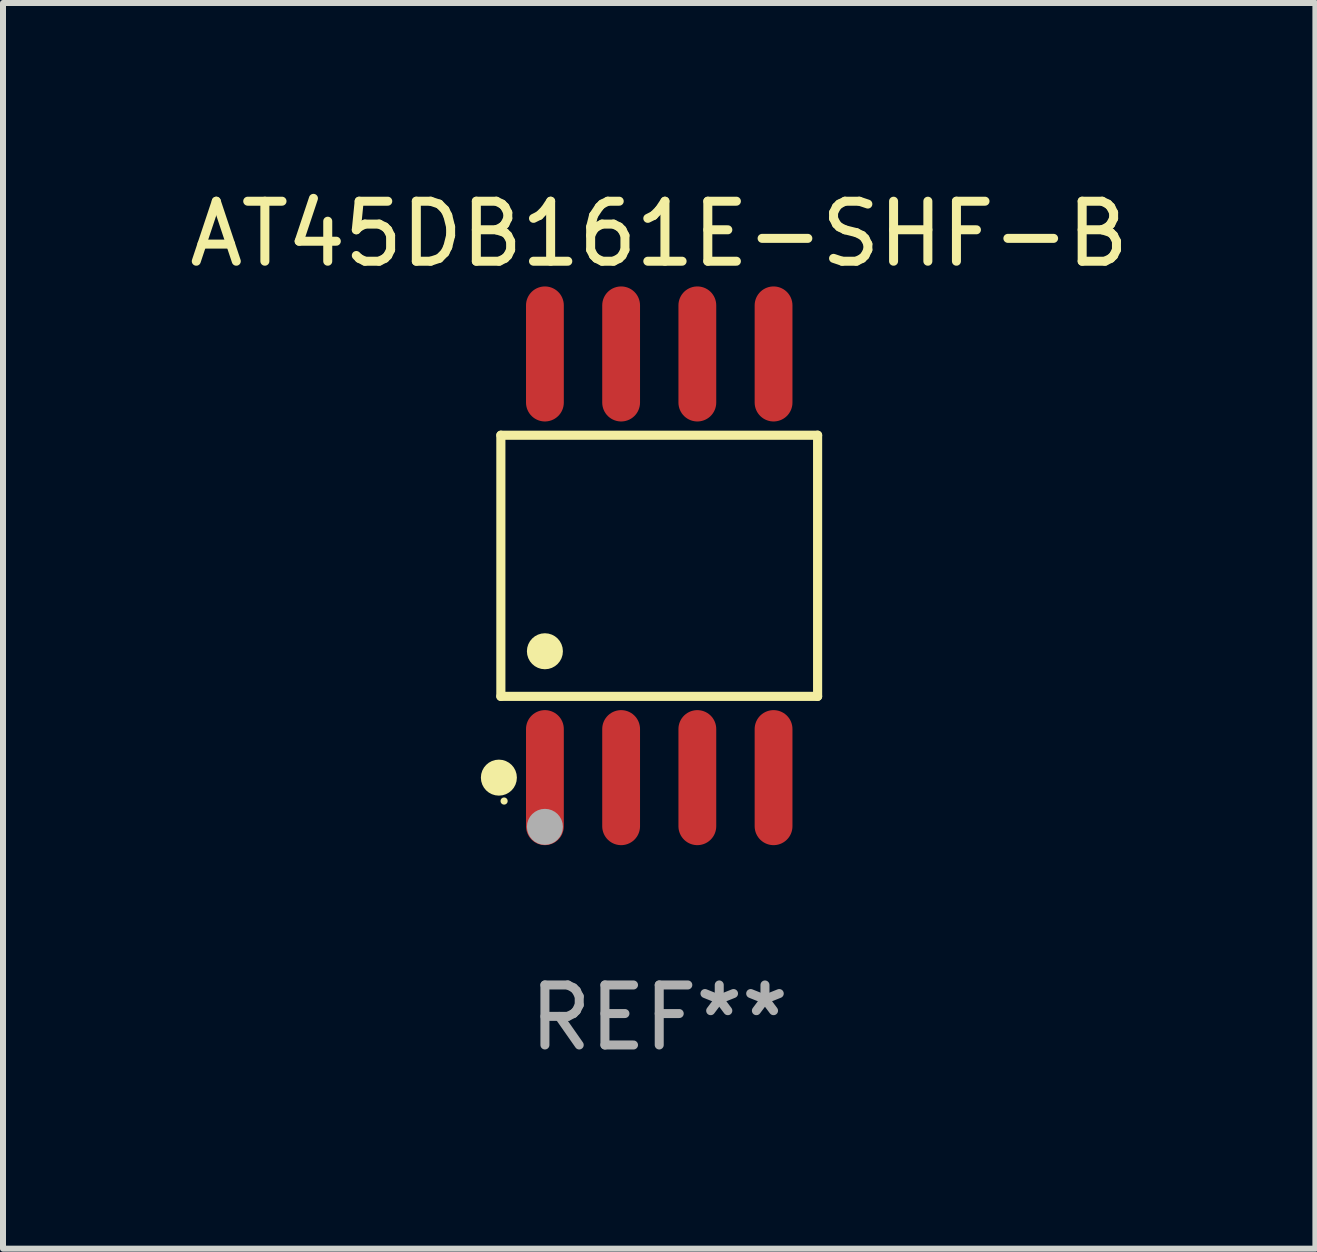
<source format=kicad_pcb>
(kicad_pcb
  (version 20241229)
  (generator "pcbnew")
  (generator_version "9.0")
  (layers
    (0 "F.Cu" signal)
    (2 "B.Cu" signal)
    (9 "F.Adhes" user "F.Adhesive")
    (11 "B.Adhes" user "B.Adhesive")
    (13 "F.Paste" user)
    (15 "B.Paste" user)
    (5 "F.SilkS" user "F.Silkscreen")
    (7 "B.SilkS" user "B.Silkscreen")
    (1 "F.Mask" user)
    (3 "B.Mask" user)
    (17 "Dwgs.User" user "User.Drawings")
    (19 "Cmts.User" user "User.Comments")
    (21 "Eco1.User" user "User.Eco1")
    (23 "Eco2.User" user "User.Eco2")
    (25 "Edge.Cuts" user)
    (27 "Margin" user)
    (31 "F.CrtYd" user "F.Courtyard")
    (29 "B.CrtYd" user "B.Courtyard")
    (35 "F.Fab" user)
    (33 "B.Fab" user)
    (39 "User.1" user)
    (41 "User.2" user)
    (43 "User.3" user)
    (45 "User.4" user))
  (footprint "AT45DB161E-SHF-B"
    (layer "F.Cu")
    (at 7.935 6.378)
    (property "Reference" "AT45DB161E-SHF-B" (at 0 -5.53 0) (layer "F.SilkS") (effects (font (size 1 1) (thickness 0.15))))
    (attr through_hole)
    (fp_line (start -2.639 -2.176) (end 2.639 -2.176) (stroke (width 0.152) (type solid)) (layer "F.SilkS"))
    (fp_line (start -2.639 2.176) (end -2.639 -2.176) (stroke (width 0.152) (type solid)) (layer "F.SilkS"))
    (fp_line (start 2.639 -2.176) (end 2.639 2.176) (stroke (width 0.152) (type solid)) (layer "F.SilkS"))
    (fp_line (start 2.639 2.176) (end -2.639 2.176) (stroke (width 0.152) (type solid)) (layer "F.SilkS"))
    (fp_circle (center -2.672 3.53) (end -2.522 3.53) (stroke (width 0.3) (type solid)) (fill no) (layer "F.SilkS"))
    (fp_circle (center -2.585 3.92) (end -2.555 3.92) (stroke (width 0.06) (type solid)) (fill no) (layer "F.SilkS"))
    (fp_circle (center -1.905 1.424) (end -1.755 1.424) (stroke (width 0.3) (type solid)) (fill no) (layer "F.SilkS"))
    (fp_circle (center -1.905 4.35) (end -1.755 4.35) (stroke (width 0.3) (type solid)) (fill no) (layer "F.Fab"))
    (fp_text user "REF**" (at 0 7.53 0) (layer "F.Fab") (effects (font (size 1 1) (thickness 0.15))))
    (pad "1" smd oval (at -1.905 3.53) (size 0.63 2.25) (layers "F.Cu" "F.Mask" "F.Paste"))
    (pad "2" smd oval (at -0.635 3.53) (size 0.63 2.25) (layers "F.Cu" "F.Mask" "F.Paste"))
    (pad "3" smd oval (at 0.635 3.53) (size 0.63 2.25) (layers "F.Cu" "F.Mask" "F.Paste"))
    (pad "4" smd oval (at 1.905 3.53) (size 0.63 2.25) (layers "F.Cu" "F.Mask" "F.Paste"))
    (pad "5" smd oval (at 1.905 -3.53) (size 0.63 2.25) (layers "F.Cu" "F.Mask" "F.Paste"))
    (pad "6" smd oval (at 0.635 -3.53) (size 0.63 2.25) (layers "F.Cu" "F.Mask" "F.Paste"))
    (pad "7" smd oval (at -0.635 -3.53) (size 0.63 2.25) (layers "F.Cu" "F.Mask" "F.Paste"))
    (pad "8" smd oval (at -1.905 -3.53) (size 0.63 2.25) (layers "F.Cu" "F.Mask" "F.Paste")))
  (gr_rect
    (start -3 -3)
    (end 18.869 17.757)
    (stroke (width 0.1) (type default))
    (fill no)
    (layer "Edge.Cuts")))
</source>
